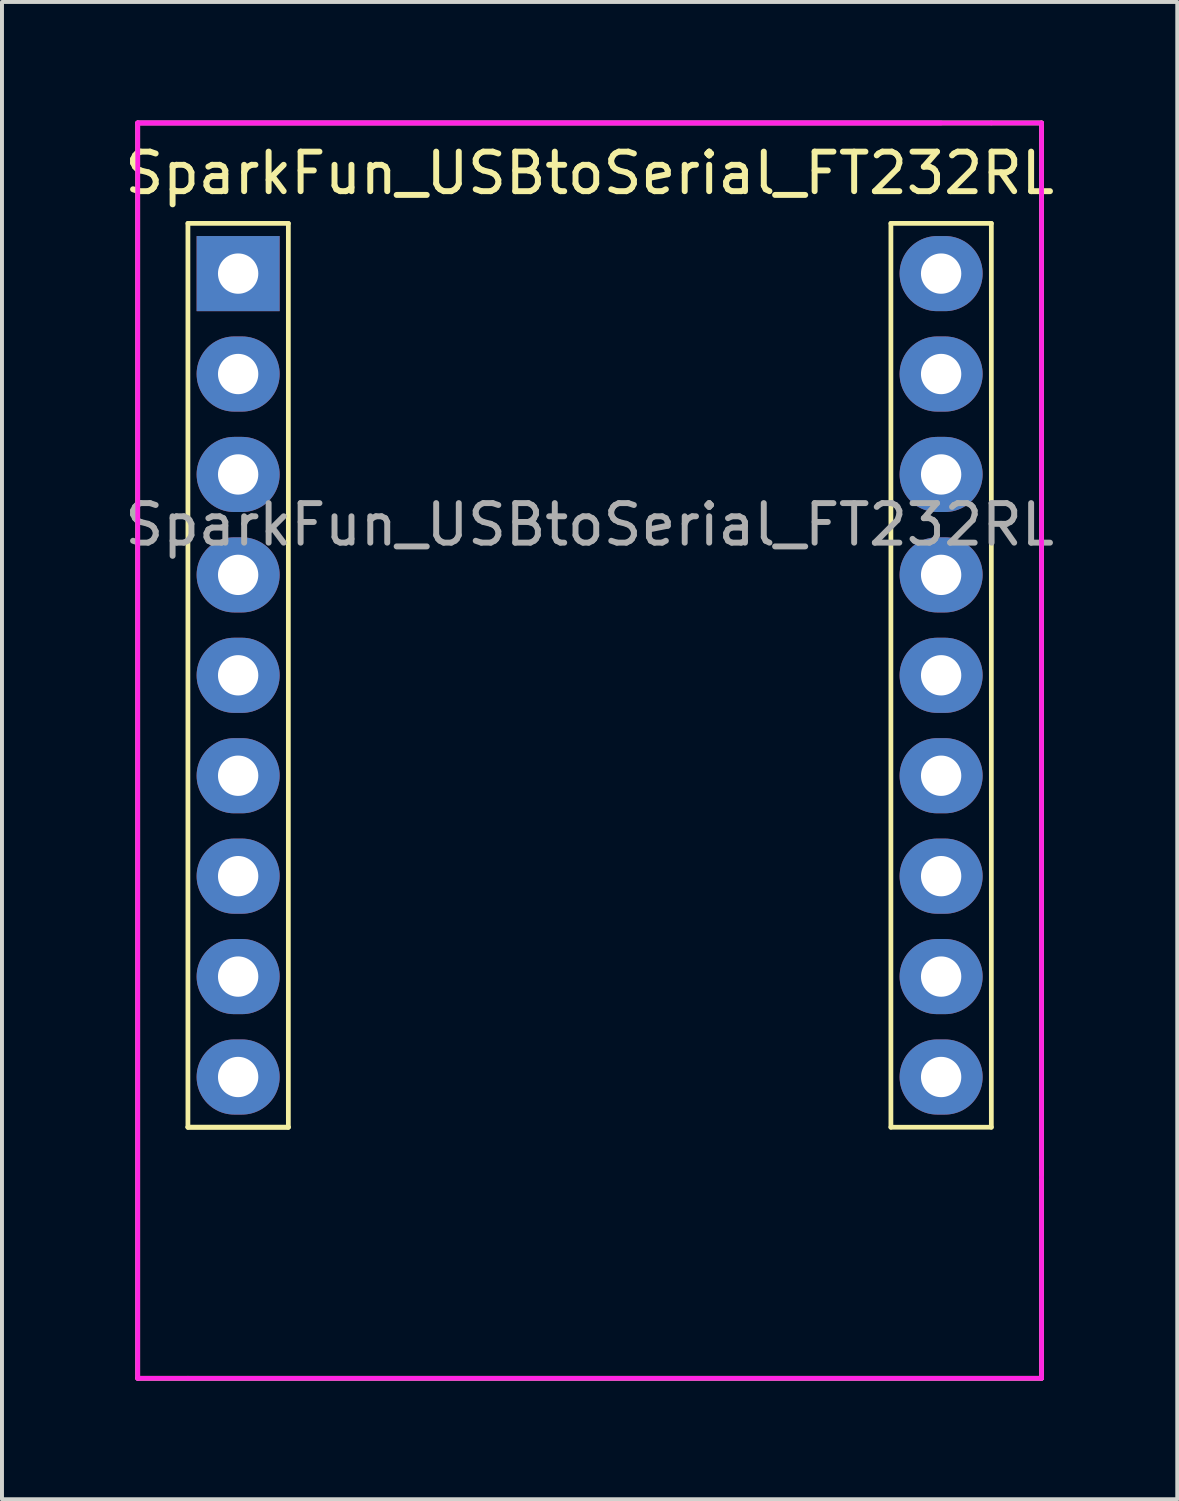
<source format=kicad_pcb>
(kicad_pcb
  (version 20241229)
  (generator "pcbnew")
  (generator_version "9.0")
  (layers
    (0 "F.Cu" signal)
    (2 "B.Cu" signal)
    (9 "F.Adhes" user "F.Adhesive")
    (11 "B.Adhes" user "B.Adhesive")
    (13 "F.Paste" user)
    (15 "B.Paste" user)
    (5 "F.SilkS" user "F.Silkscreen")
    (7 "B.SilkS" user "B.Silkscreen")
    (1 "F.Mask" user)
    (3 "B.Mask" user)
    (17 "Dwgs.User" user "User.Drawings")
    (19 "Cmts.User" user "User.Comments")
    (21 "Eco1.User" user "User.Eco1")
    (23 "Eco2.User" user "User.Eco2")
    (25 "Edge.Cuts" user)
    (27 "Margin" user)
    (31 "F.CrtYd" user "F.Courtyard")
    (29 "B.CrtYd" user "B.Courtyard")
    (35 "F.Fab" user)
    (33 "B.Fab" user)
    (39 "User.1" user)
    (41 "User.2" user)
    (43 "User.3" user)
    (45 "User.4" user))
  (footprint "SparkFun_USBtoSerial_FT232RL"
    (layer "F.Cu")
    (at 2.973 3.87)
    (property "Reference" "SparkFun_USBtoSerial_FT232RL" (at 8.89 -2.54 0) (layer "F.SilkS") (effects (font (size 1 1) (thickness 0.15))))
    (attr through_hole)
    (fp_line (start -2.54 -3.81) (end 20.32 -3.81) (stroke (width 0.12) (type solid)) (layer "F.SilkS"))
    (fp_line (start -2.54 27.94) (end -2.54 -3.81) (stroke (width 0.12) (type solid)) (layer "F.SilkS"))
    (fp_line (start -1.27 -1.27) (end 1.27 -1.27) (stroke (width 0.12) (type solid)) (layer "F.SilkS"))
    (fp_line (start -1.27 21.59) (end -1.27 -1.27) (stroke (width 0.12) (type solid)) (layer "F.SilkS"))
    (fp_line (start 1.27 -1.27) (end 1.27 21.59) (stroke (width 0.12) (type solid)) (layer "F.SilkS"))
    (fp_line (start 1.27 21.59) (end -1.27 21.59) (stroke (width 0.12) (type solid)) (layer "F.SilkS"))
    (fp_line (start 1.27 21.59) (end -1.27 21.59) (stroke (width 0.12) (type solid)) (layer "F.SilkS"))
    (fp_line (start 16.51 -1.27) (end 19.05 -1.27) (stroke (width 0.12) (type solid)) (layer "F.SilkS"))
    (fp_line (start 16.51 21.59) (end 16.51 -1.27) (stroke (width 0.12) (type solid)) (layer "F.SilkS"))
    (fp_line (start 19.05 -1.27) (end 19.05 21.59) (stroke (width 0.12) (type solid)) (layer "F.SilkS"))
    (fp_line (start 19.05 21.59) (end 16.51 21.59) (stroke (width 0.12) (type solid)) (layer "F.SilkS"))
    (fp_line (start 20.32 -3.81) (end 20.32 27.94) (stroke (width 0.12) (type solid)) (layer "F.SilkS"))
    (fp_line (start 20.32 27.94) (end -2.54 27.94) (stroke (width 0.12) (type solid)) (layer "F.SilkS"))
    (fp_line (start -2.54 -3.81) (end -2.54 27.94) (stroke (width 0.12) (type solid)) (layer "F.CrtYd"))
    (fp_line (start -2.54 -3.81) (end 19.05 -3.81) (stroke (width 0.12) (type solid)) (layer "F.CrtYd"))
    (fp_line (start -2.54 27.94) (end -1.27 27.94) (stroke (width 0.12) (type solid)) (layer "F.CrtYd"))
    (fp_line (start 17.78 -3.81) (end -2.54 -3.81) (stroke (width 0.12) (type solid)) (layer "F.CrtYd"))
    (fp_line (start 19.05 -3.81) (end 20.32 -3.81) (stroke (width 0.12) (type solid)) (layer "F.CrtYd"))
    (fp_line (start 20.32 -3.81) (end 20.32 22.86) (stroke (width 0.12) (type solid)) (layer "F.CrtYd"))
    (fp_line (start 20.32 22.86) (end 20.32 27.94) (stroke (width 0.12) (type solid)) (layer "F.CrtYd"))
    (fp_line (start 20.32 27.94) (end -1.27 27.94) (stroke (width 0.12) (type solid)) (layer "F.CrtYd"))
    (fp_text user "${REFERENCE}" (at 8.89 6.35 0) (layer "F.Fab") (effects (font (size 1 1) (thickness 0.15))))
    (pad "1" thru_hole rect (at 0 0) (size 2.1 1.9) (drill 1.02) (layers "*.Cu" "*.Mask"))
    (pad "2" thru_hole oval (at 0 2.54) (size 2.1 1.9) (drill 1.02) (layers "*.Cu" "*.Mask"))
    (pad "3" thru_hole oval (at 0 5.08) (size 2.1 1.9) (drill 1.02) (layers "*.Cu" "*.Mask"))
    (pad "4" thru_hole oval (at 0 7.62) (size 2.1 1.9) (drill 1.02) (layers "*.Cu" "*.Mask"))
    (pad "5" thru_hole oval (at 0 10.16) (size 2.1 1.9) (drill 1.02) (layers "*.Cu" "*.Mask"))
    (pad "6" thru_hole oval (at 0 12.7) (size 2.1 1.9) (drill 1.02) (layers "*.Cu" "*.Mask"))
    (pad "7" thru_hole oval (at 0 15.24) (size 2.1 1.9) (drill 1.02) (layers "*.Cu" "*.Mask"))
    (pad "8" thru_hole oval (at 0 17.78) (size 2.1 1.9) (drill 1.02) (layers "*.Cu" "*.Mask"))
    (pad "9" thru_hole oval (at 0 20.32) (size 2.1 1.9) (drill 1.02) (layers "*.Cu" "*.Mask"))
    (pad "10" thru_hole oval (at 17.78 20.32) (size 2.1 1.9) (drill 1.02) (layers "*.Cu" "*.Mask"))
    (pad "11" thru_hole oval (at 17.78 17.78) (size 2.1 1.9) (drill 1.02) (layers "*.Cu" "*.Mask"))
    (pad "12" thru_hole oval (at 17.78 15.24) (size 2.1 1.9) (drill 1.02) (layers "*.Cu" "*.Mask"))
    (pad "13" thru_hole oval (at 17.78 12.7) (size 2.1 1.9) (drill 1.02) (layers "*.Cu" "*.Mask"))
    (pad "14" thru_hole oval (at 17.78 10.16) (size 2.1 1.9) (drill 1.02) (layers "*.Cu" "*.Mask"))
    (pad "15" thru_hole oval (at 17.78 7.62) (size 2.1 1.9) (drill 1.02) (layers "*.Cu" "*.Mask"))
    (pad "16" thru_hole oval (at 17.78 5.08) (size 2.1 1.9) (drill 1.02) (layers "*.Cu" "*.Mask"))
    (pad "17" thru_hole oval (at 17.78 2.54) (size 2.1 1.9) (drill 1.02) (layers "*.Cu" "*.Mask"))
    (pad "18" thru_hole oval (at 17.78 0) (size 2.1 1.9) (drill 1.02) (layers "*.Cu" "*.Mask")))
  (gr_rect
    (start -3 -3)
    (end 26.726 34.87)
    (stroke (width 0.1) (type default))
    (fill no)
    (layer "Edge.Cuts")))
</source>
